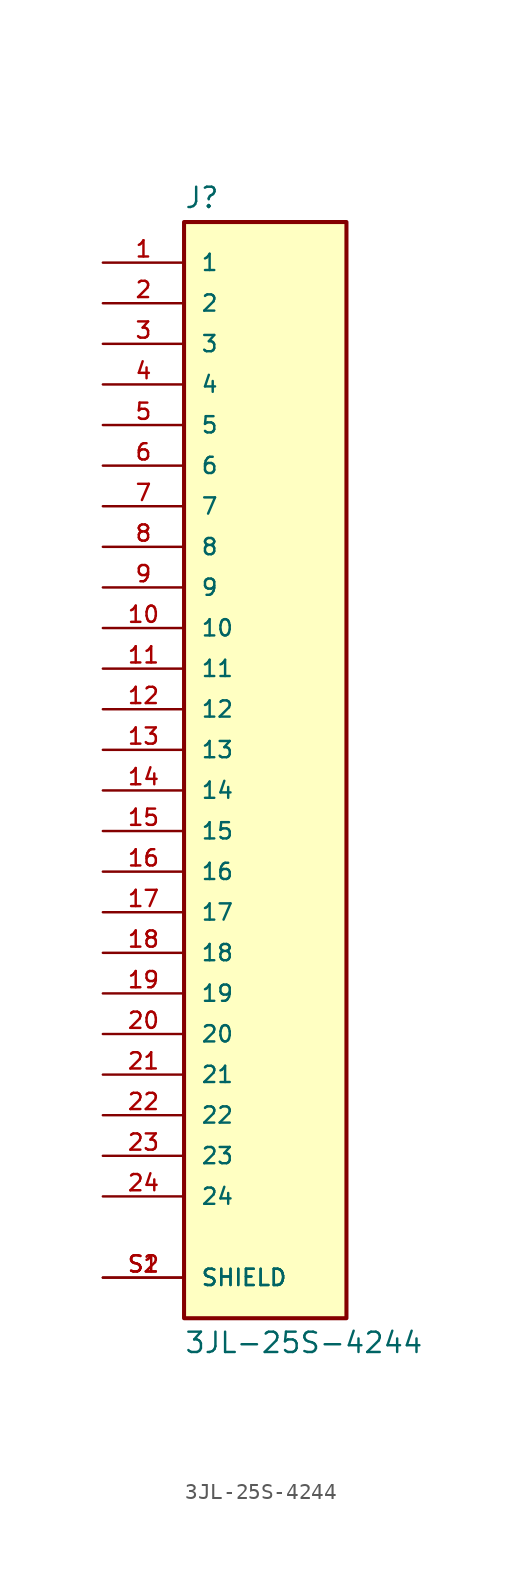
<source format=kicad_sym>
(kicad_symbol_lib
  (version 20211014)
  (generator kicad_symbol_editor)
  (symbol "3JL-25S-4244"
    (pin_names
      (offset 1.016))
    (property "Reference" "J"
      (at -5.088 33.797 0)
      (effects (font (size 1.27 1.27)) (justify bottom left)))
    (property "Value" "3JL-25S-4244"
      (at -5.092 -36.35 0)
      (effects (font (size 1.27 1.27)) (justify top left)))
    (symbol "3JL-25S-4244_0_0"
      (rectangle (start -5.08 -35.56) (end 5.08 33.02) (stroke (width 0.254)) (fill (type background)))
      (pin passive line (at -10.16 30.48 0) (length 5.08) (name "1" (effects (font (size 1.016 1.016)))) (number "1" (effects (font (size 1.016 1.016)))))
      (pin passive line (at -10.16 27.94 0) (length 5.08) (name "2" (effects (font (size 1.016 1.016)))) (number "2" (effects (font (size 1.016 1.016)))))
      (pin passive line (at -10.16 25.4 0) (length 5.08) (name "3" (effects (font (size 1.016 1.016)))) (number "3" (effects (font (size 1.016 1.016)))))
      (pin passive line (at -10.16 22.86 0) (length 5.08) (name "4" (effects (font (size 1.016 1.016)))) (number "4" (effects (font (size 1.016 1.016)))))
      (pin passive line (at -10.16 -33.02 0) (length 5.08) (name "SHIELD" (effects (font (size 1.016 1.016)))) (number "S1" (effects (font (size 1.016 1.016)))))
      (pin passive line (at -10.16 -33.02 0) (length 5.08) (name "SHIELD" (effects (font (size 1.016 1.016)))) (number "S2" (effects (font (size 1.016 1.016)))))
      (pin passive line (at -10.16 20.32 0) (length 5.08) (name "5" (effects (font (size 1.016 1.016)))) (number "5" (effects (font (size 1.016 1.016)))))
      (pin passive line (at -10.16 17.78 0) (length 5.08) (name "6" (effects (font (size 1.016 1.016)))) (number "6" (effects (font (size 1.016 1.016)))))
      (pin passive line (at -10.16 15.24 0) (length 5.08) (name "7" (effects (font (size 1.016 1.016)))) (number "7" (effects (font (size 1.016 1.016)))))
      (pin passive line (at -10.16 12.7 0) (length 5.08) (name "8" (effects (font (size 1.016 1.016)))) (number "8" (effects (font (size 1.016 1.016)))))
      (pin passive line (at -10.16 10.16 0) (length 5.08) (name "9" (effects (font (size 1.016 1.016)))) (number "9" (effects (font (size 1.016 1.016)))))
      (pin passive line (at -10.16 7.62 0) (length 5.08) (name "10" (effects (font (size 1.016 1.016)))) (number "10" (effects (font (size 1.016 1.016)))))
      (pin passive line (at -10.16 5.08 0) (length 5.08) (name "11" (effects (font (size 1.016 1.016)))) (number "11" (effects (font (size 1.016 1.016)))))
      (pin passive line (at -10.16 2.54 0) (length 5.08) (name "12" (effects (font (size 1.016 1.016)))) (number "12" (effects (font (size 1.016 1.016)))))
      (pin passive line (at -10.16 0.0 0) (length 5.08) (name "13" (effects (font (size 1.016 1.016)))) (number "13" (effects (font (size 1.016 1.016)))))
      (pin passive line (at -10.16 -2.54 0) (length 5.08) (name "14" (effects (font (size 1.016 1.016)))) (number "14" (effects (font (size 1.016 1.016)))))
      (pin passive line (at -10.16 -5.08 0) (length 5.08) (name "15" (effects (font (size 1.016 1.016)))) (number "15" (effects (font (size 1.016 1.016)))))
      (pin passive line (at -10.16 -7.62 0) (length 5.08) (name "16" (effects (font (size 1.016 1.016)))) (number "16" (effects (font (size 1.016 1.016)))))
      (pin passive line (at -10.16 -10.16 0) (length 5.08) (name "17" (effects (font (size 1.016 1.016)))) (number "17" (effects (font (size 1.016 1.016)))))
      (pin passive line (at -10.16 -12.7 0) (length 5.08) (name "18" (effects (font (size 1.016 1.016)))) (number "18" (effects (font (size 1.016 1.016)))))
      (pin passive line (at -10.16 -15.24 0) (length 5.08) (name "19" (effects (font (size 1.016 1.016)))) (number "19" (effects (font (size 1.016 1.016)))))
      (pin passive line (at -10.16 -17.78 0) (length 5.08) (name "20" (effects (font (size 1.016 1.016)))) (number "20" (effects (font (size 1.016 1.016)))))
      (pin passive line (at -10.16 -20.32 0) (length 5.08) (name "21" (effects (font (size 1.016 1.016)))) (number "21" (effects (font (size 1.016 1.016)))))
      (pin passive line (at -10.16 -22.86 0) (length 5.08) (name "22" (effects (font (size 1.016 1.016)))) (number "22" (effects (font (size 1.016 1.016)))))
      (pin passive line (at -10.16 -25.4 0) (length 5.08) (name "23" (effects (font (size 1.016 1.016)))) (number "23" (effects (font (size 1.016 1.016)))))
      (pin passive line (at -10.16 -27.94 0) (length 5.08) (name "24" (effects (font (size 1.016 1.016)))) (number "24" (effects (font (size 1.016 1.016))))))))
</source>
